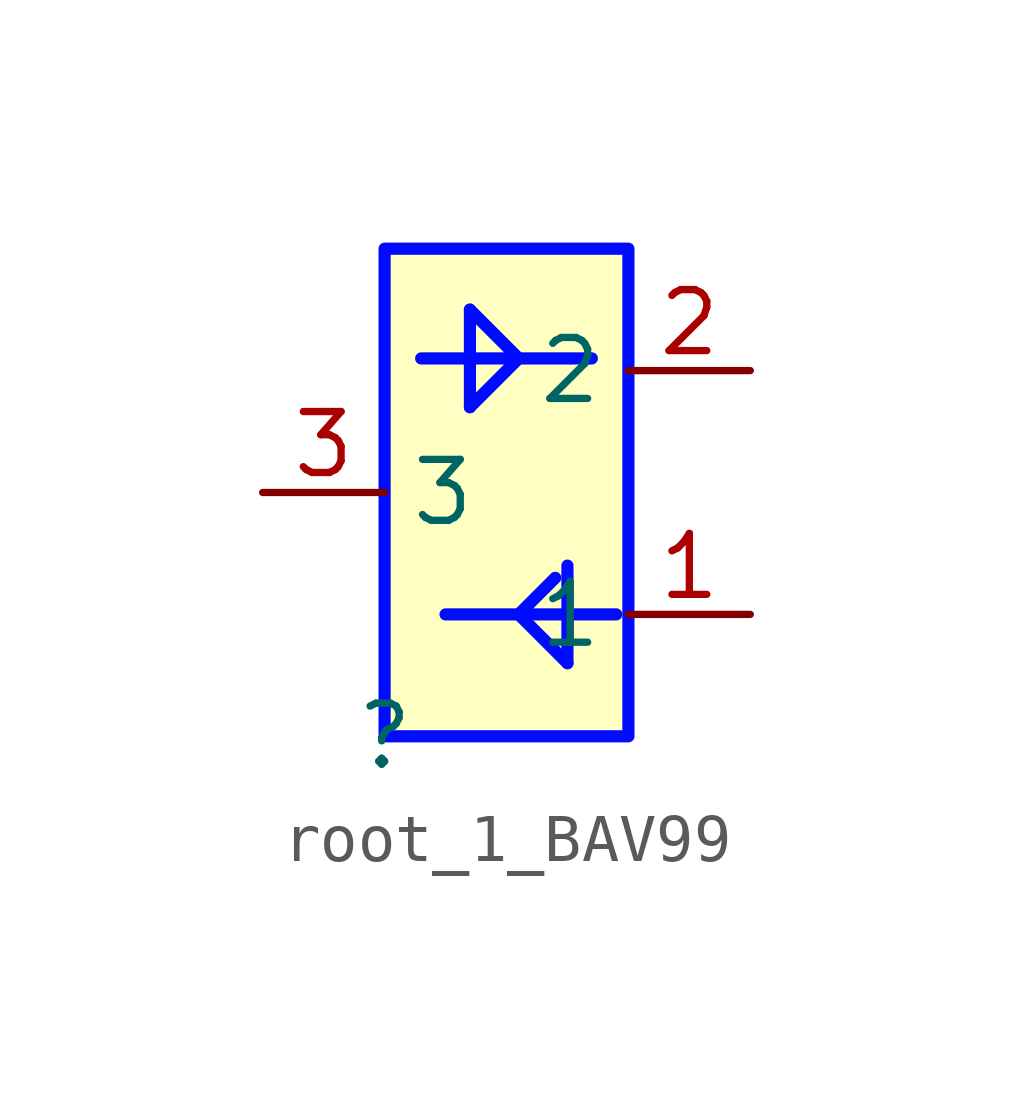
<source format=kicad_sym>
(kicad_symbol_lib
  (version 20231120)
  (generator "kicad_symbol_editor")
  (generator_version "8.0")
  (symbol "root_1_BAV99"
    (property "Reference" ""
      (at 0 0 0)
      (effects (font (size 1.27 1.27))))
    (property "Value" ""
      (at 0 0 0)
      (effects (font (size 1.27 1.27))))
    (symbol "root_1_BAV99_1_0"
      (polyline (pts (xy 0.762 7.874) (xy 4.318 7.874)) (stroke (width 0.254) (type solid) (color 0 11 255 1)) (fill (type none)))
      (polyline (pts (xy 1.27 2.54) (xy 4.826 2.54)) (stroke (width 0.254) (type solid) (color 0 11 255 1)) (fill (type none)))
      (polyline (pts (xy 1.778 6.858) (xy 1.778 8.89)) (stroke (width 0.254) (type solid) (color 0 11 255 1)) (fill (type none)))
      (polyline (pts (xy 1.778 6.858) (xy 2.794 7.874)) (stroke (width 0.254) (type solid) (color 0 11 255 1)) (fill (type none)))
      (polyline (pts (xy 2.794 2.54) (xy 3.556 3.302)) (stroke (width 0.254) (type solid) (color 0 11 255 1)) (fill (type none)))
      (polyline (pts (xy 2.794 7.874) (xy 1.778 8.89)) (stroke (width 0.254) (type solid) (color 0 11 255 1)) (fill (type none)))
      (polyline (pts (xy 3.81 1.524) (xy 2.794 2.54)) (stroke (width 0.254) (type solid) (color 0 11 255 1)) (fill (type none)))
      (polyline (pts (xy 3.81 1.524) (xy 3.81 3.556)) (stroke (width 0.254) (type solid) (color 0 11 255 1)) (fill (type none)))
      (rectangle (start 5.08 10.16) (end 0 0) (stroke (width 0.254) (type solid) (color 0 11 255 1)) (fill (type background)))
      (pin passive line (at 7.62 2.54 180) (length 2.54) (name "1" (effects (font (size 1.27 1.27)))) (number "1" (effects (font (size 1.27 1.27)))))
      (pin passive line (at 7.62 7.62 180) (length 2.54) (name "2" (effects (font (size 1.27 1.27)))) (number "2" (effects (font (size 1.27 1.27)))))
      (pin passive line (at -2.54 5.08 0) (length 2.54) (name "3" (effects (font (size 1.27 1.27)))) (number "3" (effects (font (size 1.27 1.27))))))))
</source>
